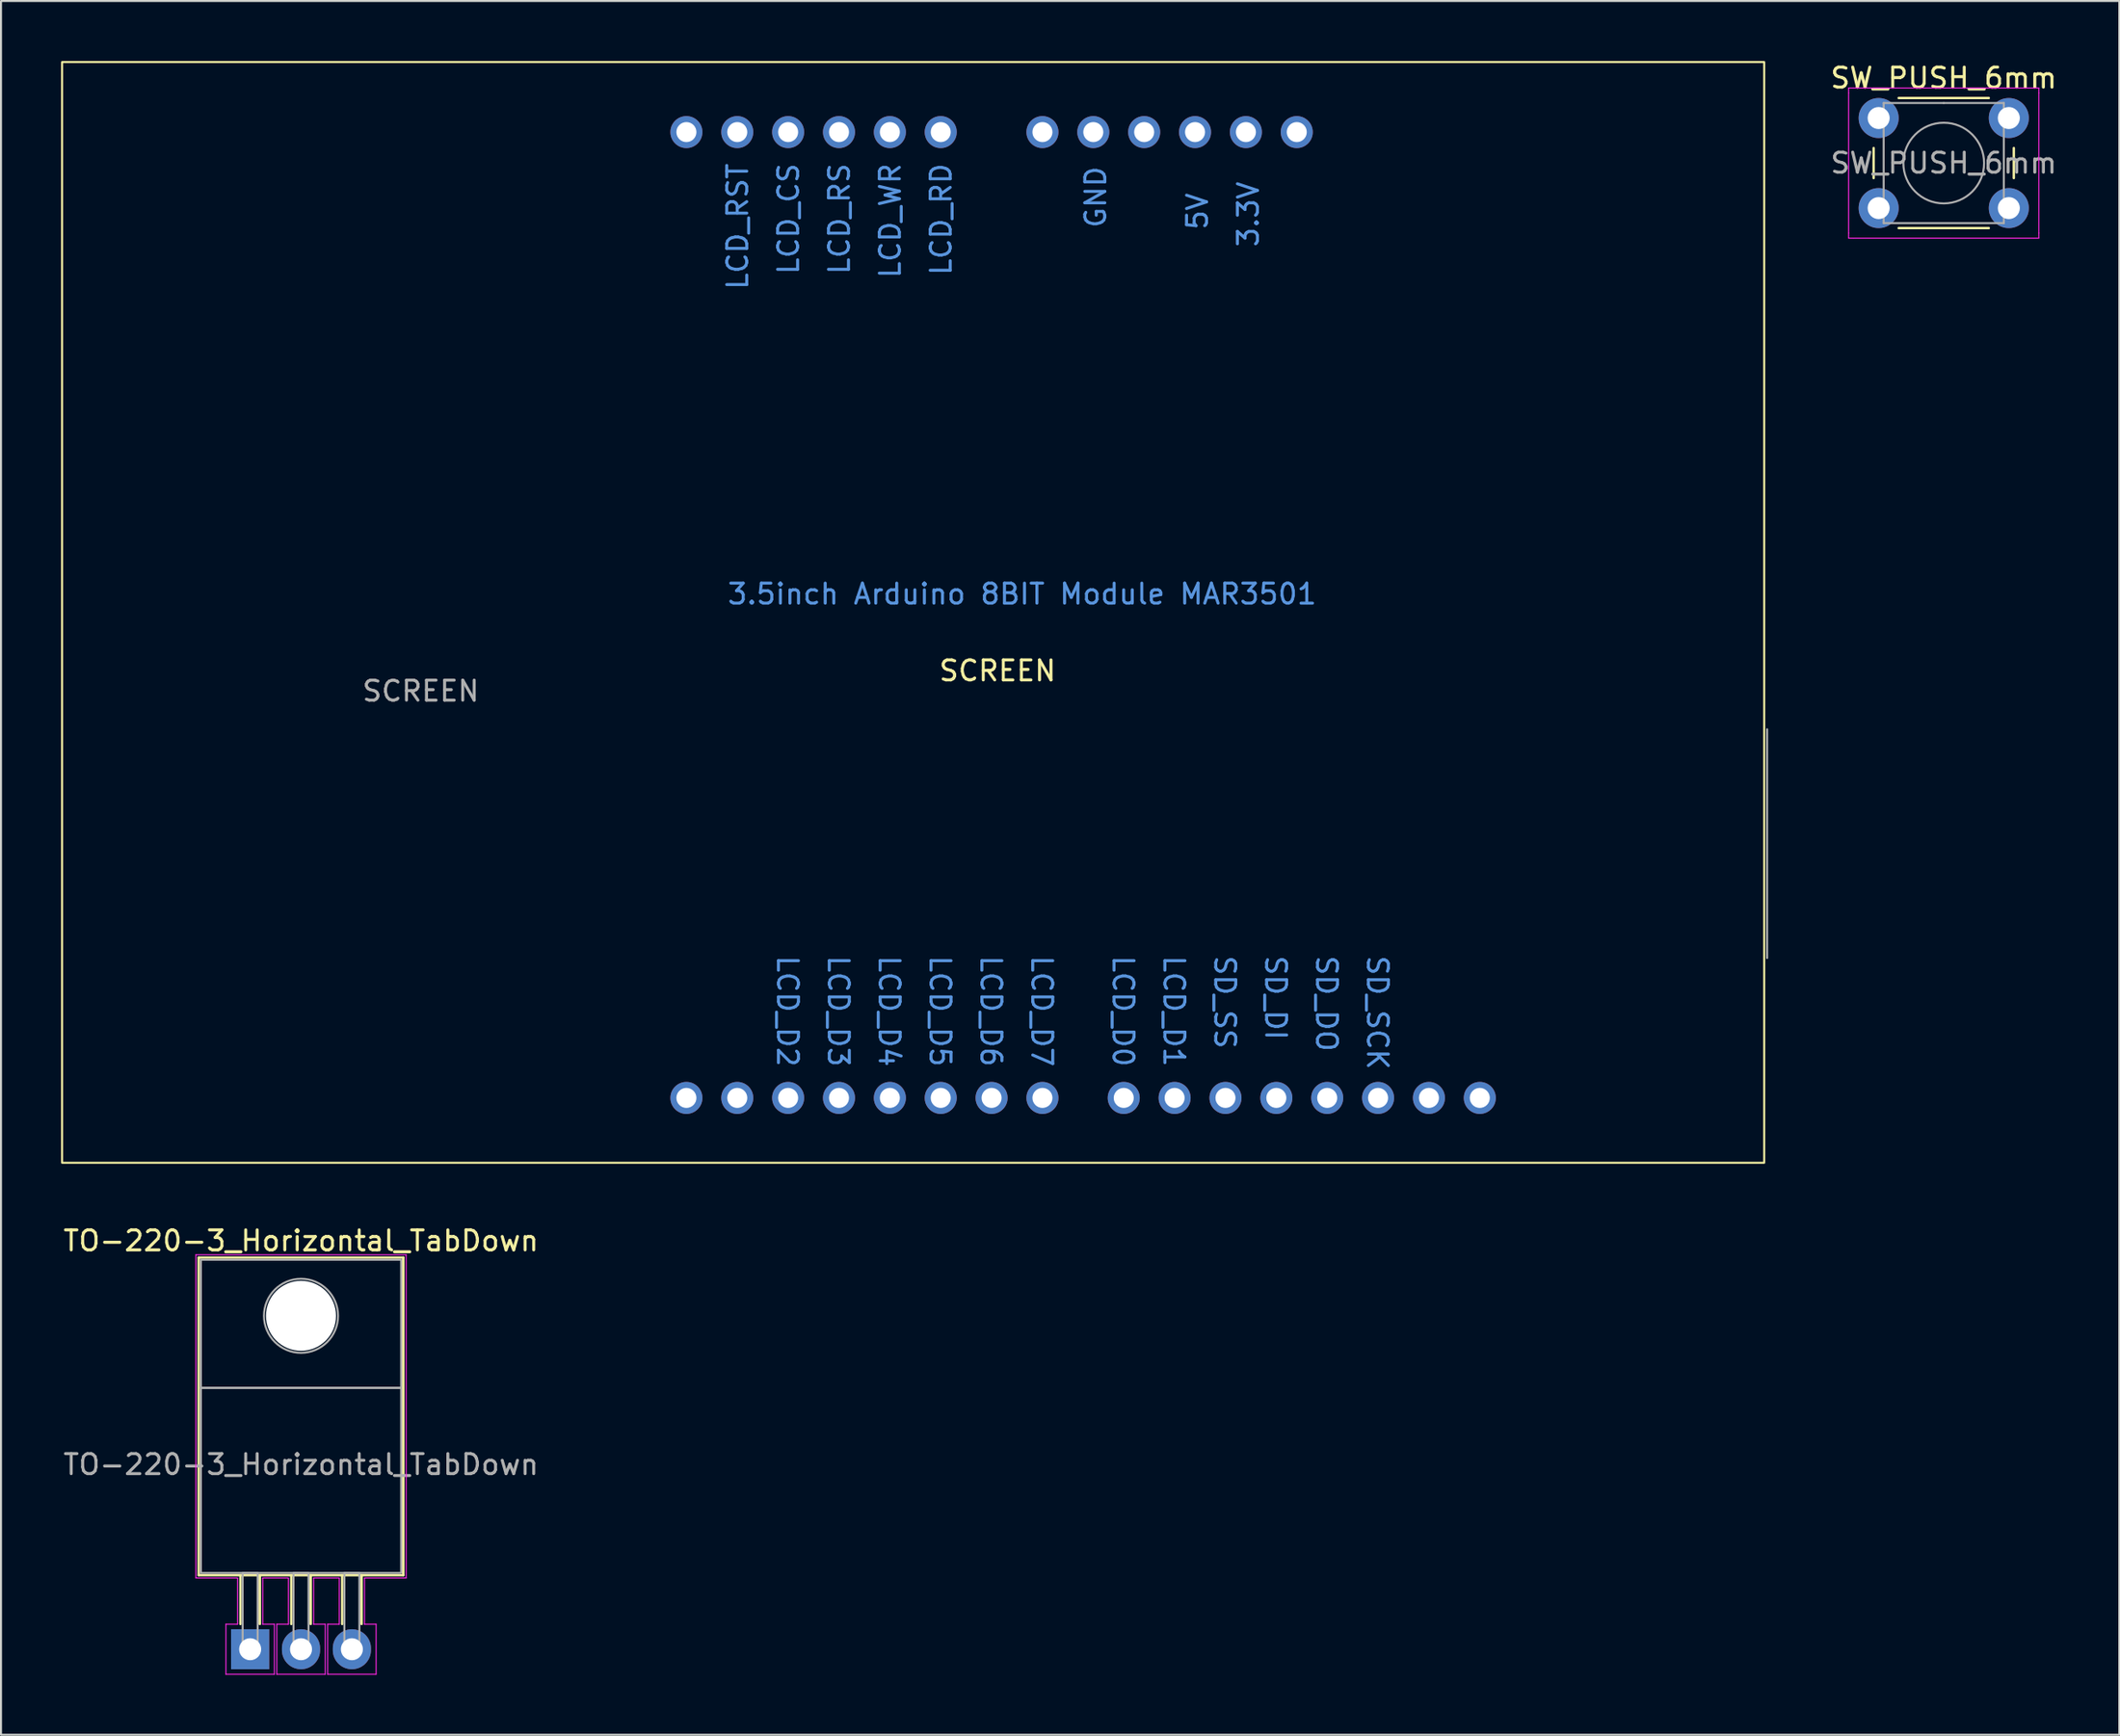
<source format=kicad_pcb>
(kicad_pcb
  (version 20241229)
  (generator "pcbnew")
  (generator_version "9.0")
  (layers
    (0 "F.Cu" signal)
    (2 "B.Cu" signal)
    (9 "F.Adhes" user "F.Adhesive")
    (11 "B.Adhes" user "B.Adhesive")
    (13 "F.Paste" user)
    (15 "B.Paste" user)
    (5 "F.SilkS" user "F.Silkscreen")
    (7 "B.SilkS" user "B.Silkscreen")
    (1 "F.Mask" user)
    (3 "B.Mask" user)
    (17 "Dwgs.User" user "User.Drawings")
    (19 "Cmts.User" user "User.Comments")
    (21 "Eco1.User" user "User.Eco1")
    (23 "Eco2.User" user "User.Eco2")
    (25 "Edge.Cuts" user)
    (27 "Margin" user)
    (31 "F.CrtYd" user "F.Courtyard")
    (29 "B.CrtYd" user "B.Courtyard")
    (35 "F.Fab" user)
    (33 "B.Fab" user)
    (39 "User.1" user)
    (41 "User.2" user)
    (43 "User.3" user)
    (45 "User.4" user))
  (footprint "TO-220-3_Horizontal_TabDown"
    (layer "F.Cu")
    (at 9.442 79.358)
    (property "Reference" "TO-220-3_Horizontal_TabDown" (at 2.54 -20.41 0) (layer "F.SilkS") (effects (font (size 1 1) (thickness 0.15))))
    (attr through_hole)
    (fp_line (start -2.57 -19.57) (end 7.65 -19.57) (stroke (width 0.12) (type solid)) (layer "F.SilkS"))
    (fp_line (start -2.57 -3.7) (end -2.57 -19.57) (stroke (width 0.12) (type solid)) (layer "F.SilkS"))
    (fp_line (start -2.57 -3.7) (end 7.65 -3.7) (stroke (width 0.12) (type solid)) (layer "F.SilkS"))
    (fp_line (start -0.485 -3.7) (end -0.485 -1.26) (stroke (width 0.12) (type solid)) (layer "F.SilkS"))
    (fp_line (start 0.485 -3.7) (end 0.485 -1.26) (stroke (width 0.12) (type solid)) (layer "F.SilkS"))
    (fp_line (start 2.055 -3.7) (end 2.055 -1.26) (stroke (width 0.12) (type solid)) (layer "F.SilkS"))
    (fp_line (start 3.025 -3.7) (end 3.025 -1.26) (stroke (width 0.12) (type solid)) (layer "F.SilkS"))
    (fp_line (start 4.595 -3.7) (end 4.595 -1.26) (stroke (width 0.12) (type solid)) (layer "F.SilkS"))
    (fp_line (start 5.565 -3.7) (end 5.565 -1.26) (stroke (width 0.12) (type solid)) (layer "F.SilkS"))
    (fp_line (start 7.65 -3.7) (end 7.65 -19.57) (stroke (width 0.12) (type solid)) (layer "F.SilkS"))
    (fp_line (start -2.71 -19.71) (end 7.79 -19.71) (stroke (width 0.05) (type solid)) (layer "F.CrtYd"))
    (fp_line (start -2.71 -3.56) (end -2.71 -19.71) (stroke (width 0.05) (type solid)) (layer "F.CrtYd"))
    (fp_line (start -1.21 -1.25) (end -0.63 -1.25) (stroke (width 0.05) (type solid)) (layer "F.CrtYd"))
    (fp_line (start -1.21 1.25) (end -1.21 -1.25) (stroke (width 0.05) (type solid)) (layer "F.CrtYd"))
    (fp_line (start -0.63 -3.56) (end -2.71 -3.56) (stroke (width 0.05) (type solid)) (layer "F.CrtYd"))
    (fp_line (start -0.63 -1.25) (end -0.63 -3.56) (stroke (width 0.05) (type solid)) (layer "F.CrtYd"))
    (fp_line (start 0.63 -3.56) (end 0.63 -1.25) (stroke (width 0.05) (type solid)) (layer "F.CrtYd"))
    (fp_line (start 0.63 -1.25) (end 1.21 -1.25) (stroke (width 0.05) (type solid)) (layer "F.CrtYd"))
    (fp_line (start 1.21 -1.25) (end 1.21 1.25) (stroke (width 0.05) (type solid)) (layer "F.CrtYd"))
    (fp_line (start 1.21 1.25) (end -1.21 1.25) (stroke (width 0.05) (type solid)) (layer "F.CrtYd"))
    (fp_line (start 1.33 -1.25) (end 1.91 -1.25) (stroke (width 0.05) (type solid)) (layer "F.CrtYd"))
    (fp_line (start 1.33 1.25) (end 1.33 -1.25) (stroke (width 0.05) (type solid)) (layer "F.CrtYd"))
    (fp_line (start 1.91 -3.56) (end 0.63 -3.56) (stroke (width 0.05) (type solid)) (layer "F.CrtYd"))
    (fp_line (start 1.91 -1.25) (end 1.91 -3.56) (stroke (width 0.05) (type solid)) (layer "F.CrtYd"))
    (fp_line (start 3.17 -3.56) (end 3.17 -1.25) (stroke (width 0.05) (type solid)) (layer "F.CrtYd"))
    (fp_line (start 3.17 -1.25) (end 3.75 -1.25) (stroke (width 0.05) (type solid)) (layer "F.CrtYd"))
    (fp_line (start 3.75 -1.25) (end 3.75 1.25) (stroke (width 0.05) (type solid)) (layer "F.CrtYd"))
    (fp_line (start 3.75 1.25) (end 1.33 1.25) (stroke (width 0.05) (type solid)) (layer "F.CrtYd"))
    (fp_line (start 3.87 -1.25) (end 4.45 -1.25) (stroke (width 0.05) (type solid)) (layer "F.CrtYd"))
    (fp_line (start 3.87 1.25) (end 3.87 -1.25) (stroke (width 0.05) (type solid)) (layer "F.CrtYd"))
    (fp_line (start 4.45 -3.56) (end 3.17 -3.56) (stroke (width 0.05) (type solid)) (layer "F.CrtYd"))
    (fp_line (start 4.45 -1.25) (end 4.45 -3.56) (stroke (width 0.05) (type solid)) (layer "F.CrtYd"))
    (fp_line (start 5.71 -3.56) (end 5.71 -1.25) (stroke (width 0.05) (type solid)) (layer "F.CrtYd"))
    (fp_line (start 5.71 -1.25) (end 6.29 -1.25) (stroke (width 0.05) (type solid)) (layer "F.CrtYd"))
    (fp_line (start 6.29 -1.25) (end 6.29 1.25) (stroke (width 0.05) (type solid)) (layer "F.CrtYd"))
    (fp_line (start 6.29 1.25) (end 3.87 1.25) (stroke (width 0.05) (type solid)) (layer "F.CrtYd"))
    (fp_line (start 7.79 -19.71) (end 7.79 -3.56) (stroke (width 0.05) (type solid)) (layer "F.CrtYd"))
    (fp_line (start 7.79 -3.56) (end 5.71 -3.56) (stroke (width 0.05) (type solid)) (layer "F.CrtYd"))
    (fp_rect (start -2.46 -19.46) (end 7.54 -13.06) (stroke (width 0.1) (type solid)) (fill no) (layer "F.Fab"))
    (fp_rect (start -2.46 -13.06) (end 7.54 -3.81) (stroke (width 0.1) (type solid)) (fill no) (layer "F.Fab"))
    (fp_rect (start -0.375 -3.81) (end 0.375 0) (stroke (width 0.1) (type solid)) (fill no) (layer "F.Fab"))
    (fp_rect (start 2.165 -3.81) (end 2.915 0) (stroke (width 0.1) (type solid)) (fill no) (layer "F.Fab"))
    (fp_rect (start 4.705 -3.81) (end 5.455 0) (stroke (width 0.1) (type solid)) (fill no) (layer "F.Fab"))
    (fp_circle (center 2.54 -16.66) (end 4.39 -16.66) (stroke (width 0.1) (type solid)) (fill no) (layer "F.Fab"))
    (fp_text user "${REFERENCE}" (at 2.54 -9.23 0) (layer "F.Fab") (effects (font (size 1 1) (thickness 0.15))))
    (pad "" np_thru_hole circle (at 2.54 -16.66) (size 3.5 3.5) (drill 3.5) (layers "*.Cu" "*.Mask"))
    (pad "1" thru_hole rect (at 0 0) (size 1.905 2) (drill 1.1) (layers "*.Cu" "*.Mask"))
    (pad "2" thru_hole oval (at 2.54 0) (size 1.905 2) (drill 1.1) (layers "*.Cu" "*.Mask"))
    (pad "3" thru_hole oval (at 5.08 0) (size 1.905 2) (drill 1.1) (layers "*.Cu" "*.Mask")))
  (footprint "SCREEN"
    (layer "F.Cu")
    (at 60.787 51.55)
    (property "Reference" "SCREEN" (at -14.021 -21.082 0) (layer "F.SilkS") (effects (font (size 1 1) (thickness 0.15))))
    (attr through_hole)
    (fp_rect (start -60.737 -51.5) (end 24.263 3.5) (stroke (width 0.1) (type solid)) (fill no) (layer "F.SilkS"))
    (fp_line (start 24.41 -18.16) (end 24.41 -6.73) (stroke (width 0.1) (type solid)) (layer "F.Fab"))
    (fp_text user "LCD_D4" (at -20.015 -1.213 270) (unlocked yes) (layer "Cmts.User") (effects (font (size 1 1) (thickness 0.15)) (justify right bottom)))
    (fp_text user "5V" (at -3.454 -45.041 90) (unlocked yes) (layer "Cmts.User") (effects (font (size 1 1) (thickness 0.15)) (justify right bottom)))
    (fp_text user "SD_SCK" (at 4.365 -1.07 270) (unlocked yes) (layer "Cmts.User") (effects (font (size 1 1) (thickness 0.15)) (justify right bottom)))
    (fp_text user "LCD_D6" (at -14.935 -1.213 270) (unlocked yes) (layer "Cmts.User") (effects (font (size 1 1) (thickness 0.15)) (justify right bottom)))
    (fp_text user "LCD_RD" (at -16.256 -46.527 90) (unlocked yes) (layer "Cmts.User") (effects (font (size 1 1) (thickness 0.15)) (justify right bottom)))
    (fp_text user "LCD_D3" (at -22.555 -1.213 270) (unlocked yes) (layer "Cmts.User") (effects (font (size 1 1) (thickness 0.15)) (justify right bottom)))
    (fp_text user "LCD_RST" (at -26.416 -46.527 90) (unlocked yes) (layer "Cmts.User") (effects (font (size 1 1) (thickness 0.15)) (justify right bottom)))
    (fp_text user "SD_DI" (at -0.715 -2.547 270) (unlocked yes) (layer "Cmts.User") (effects (font (size 1 1) (thickness 0.15)) (justify right bottom)))
    (fp_text user "GND" (at -8.534 -46.374 90) (unlocked yes) (layer "Cmts.User") (effects (font (size 1 1) (thickness 0.15)) (justify right bottom)))
    (fp_text user "LCD_RS" (at -21.336 -46.527 90) (unlocked yes) (layer "Cmts.User") (effects (font (size 1 1) (thickness 0.15)) (justify right bottom)))
    (fp_text user "LCD_D5" (at -17.475 -1.213 270) (unlocked yes) (layer "Cmts.User") (effects (font (size 1 1) (thickness 0.15)) (justify right bottom)))
    (fp_text user "SD_DO" (at 1.825 -1.975 270) (unlocked yes) (layer "Cmts.User") (effects (font (size 1 1) (thickness 0.15)) (justify right bottom)))
    (fp_text user "LCD_D2" (at -25.095 -1.213 270) (unlocked yes) (layer "Cmts.User") (effects (font (size 1 1) (thickness 0.15)) (justify right bottom)))
    (fp_text user "3.3V" (at -0.914 -45.612 90) (unlocked yes) (layer "Cmts.User") (effects (font (size 1 1) (thickness 0.15)) (justify right bottom)))
    (fp_text user "LCD_CS" (at -23.876 -46.527 90) (unlocked yes) (layer "Cmts.User") (effects (font (size 1 1) (thickness 0.15)) (justify right bottom)))
    (fp_text user "LCD_D7" (at -12.395 -1.213 270) (unlocked yes) (layer "Cmts.User") (effects (font (size 1 1) (thickness 0.15)) (justify right bottom)))
    (fp_text user "SD_SS" (at -3.255 -2.118 270) (unlocked yes) (layer "Cmts.User") (effects (font (size 1 1) (thickness 0.15)) (justify right bottom)))
    (fp_text user "LCD_D0" (at -8.335 -1.213 270) (unlocked yes) (layer "Cmts.User") (effects (font (size 1 1) (thickness 0.15)) (justify right bottom)))
    (fp_text user "3.5inch Arduino 8BIT Module MAR3501" (at -27.584 -24.333 0) (unlocked yes) (layer "Cmts.User") (effects (font (size 1 1) (thickness 0.15)) (justify left bottom)))
    (fp_text user "LCD_D1" (at -5.795 -1.213 270) (unlocked yes) (layer "Cmts.User") (effects (font (size 1 1) (thickness 0.15)) (justify right bottom)))
    (fp_text user "LCD_WR" (at -18.796 -46.527 90) (unlocked yes) (layer "Cmts.User") (effects (font (size 1 1) (thickness 0.15)) (justify right bottom)))
    (fp_text user "${REFERENCE}" (at -42.824 -20.07 0) (layer "F.Fab") (effects (font (size 1 1) (thickness 0.15))))
    (pad "" thru_hole oval (at -29.56 -48 90) (size 1.6 1.6) (drill 1) (layers "*.Cu" "*.Mask"))
    (pad "" thru_hole oval (at -29.56 0.26 90) (size 1.6 1.6) (drill 1) (layers "*.Cu" "*.Mask"))
    (pad "" thru_hole oval (at -27.02 0.26 90) (size 1.6 1.6) (drill 1) (layers "*.Cu" "*.Mask"))
    (pad "" thru_hole oval (at -11.78 -48 90) (size 1.6 1.6) (drill 1) (layers "*.Cu" "*.Mask"))
    (pad "" thru_hole oval (at -6.7 -48 90) (size 1.6 1.6) (drill 1) (layers "*.Cu" "*.Mask"))
    (pad "" thru_hole oval (at 0.92 -48 90) (size 1.6 1.6) (drill 1) (layers "*.Cu" "*.Mask"))
    (pad "" thru_hole oval (at 7.52 0.26 90) (size 1.6 1.6) (drill 1) (layers "*.Cu" "*.Mask"))
    (pad "" thru_hole oval (at 10.06 0.26 90) (size 1.6 1.6) (drill 1) (layers "*.Cu" "*.Mask"))
    (pad "1" thru_hole oval (at -4.16 -48 90) (size 1.6 1.6) (drill 1) (layers "*.Cu" "*.Mask"))
    (pad "2" thru_hole oval (at -1.62 -48 90) (size 1.6 1.6) (drill 1) (layers "*.Cu" "*.Mask"))
    (pad "3" thru_hole oval (at -9.24 -48 90) (size 1.6 1.6) (drill 1) (layers "*.Cu" "*.Mask"))
    (pad "4" thru_hole oval (at -7.72 0.26 90) (size 1.6 1.6) (drill 1) (layers "*.Cu" "*.Mask"))
    (pad "5" thru_hole oval (at -5.18 0.26 90) (size 1.6 1.6) (drill 1) (layers "*.Cu" "*.Mask"))
    (pad "6" thru_hole oval (at -24.48 0.26 90) (size 1.6 1.6) (drill 1) (layers "*.Cu" "*.Mask"))
    (pad "7" thru_hole oval (at -21.94 0.26 90) (size 1.6 1.6) (drill 1) (layers "*.Cu" "*.Mask"))
    (pad "8" thru_hole oval (at -19.4 0.26 90) (size 1.6 1.6) (drill 1) (layers "*.Cu" "*.Mask"))
    (pad "9" thru_hole oval (at -16.86 0.26 90) (size 1.6 1.6) (drill 1) (layers "*.Cu" "*.Mask"))
    (pad "10" thru_hole oval (at -14.32 0.26 90) (size 1.6 1.6) (drill 1) (layers "*.Cu" "*.Mask"))
    (pad "11" thru_hole oval (at -11.78 0.26 90) (size 1.6 1.6) (drill 1) (layers "*.Cu" "*.Mask"))
    (pad "12" thru_hole oval (at -27.02 -48 90) (size 1.6 1.6) (drill 1) (layers "*.Cu" "*.Mask"))
    (pad "13" thru_hole oval (at -24.48 -48 90) (size 1.6 1.6) (drill 1) (layers "*.Cu" "*.Mask"))
    (pad "14" thru_hole oval (at -21.94 -48 90) (size 1.6 1.6) (drill 1) (layers "*.Cu" "*.Mask"))
    (pad "15" thru_hole oval (at -19.4 -48 90) (size 1.6 1.6) (drill 1) (layers "*.Cu" "*.Mask"))
    (pad "16" thru_hole oval (at -16.86 -48 90) (size 1.6 1.6) (drill 1) (layers "*.Cu" "*.Mask"))
    (pad "17" thru_hole oval (at -2.64 0.26 90) (size 1.6 1.6) (drill 1) (layers "*.Cu" "*.Mask"))
    (pad "18" thru_hole oval (at -0.1 0.26 90) (size 1.6 1.6) (drill 1) (layers "*.Cu" "*.Mask"))
    (pad "19" thru_hole oval (at 2.44 0.26 90) (size 1.6 1.6) (drill 1) (layers "*.Cu" "*.Mask"))
    (pad "20" thru_hole oval (at 4.98 0.26 90) (size 1.6 1.6) (drill 1) (layers "*.Cu" "*.Mask")))
  (footprint "SW_PUSH_6mm"
    (layer "F.Cu")
    (at 90.765 2.848)
    (property "Reference" "SW_PUSH_6mm" (at 3.25 -2 0) (layer "F.SilkS") (effects (font (size 1 1) (thickness 0.15))))
    (attr through_hole)
    (fp_line (start -0.25 1.5) (end -0.25 3) (stroke (width 0.12) (type solid)) (layer "F.SilkS"))
    (fp_line (start 1 5.5) (end 5.5 5.5) (stroke (width 0.12) (type solid)) (layer "F.SilkS"))
    (fp_line (start 5.5 -1) (end 1 -1) (stroke (width 0.12) (type solid)) (layer "F.SilkS"))
    (fp_line (start 6.75 3) (end 6.75 1.5) (stroke (width 0.12) (type solid)) (layer "F.SilkS"))
    (fp_line (start -1.5 -1.5) (end -1.25 -1.5) (stroke (width 0.05) (type solid)) (layer "F.CrtYd"))
    (fp_line (start -1.5 -1.25) (end -1.5 -1.5) (stroke (width 0.05) (type solid)) (layer "F.CrtYd"))
    (fp_line (start -1.5 5.75) (end -1.5 -1.25) (stroke (width 0.05) (type solid)) (layer "F.CrtYd"))
    (fp_line (start -1.5 5.75) (end -1.5 6) (stroke (width 0.05) (type solid)) (layer "F.CrtYd"))
    (fp_line (start -1.5 6) (end -1.25 6) (stroke (width 0.05) (type solid)) (layer "F.CrtYd"))
    (fp_line (start -1.25 -1.5) (end 7.75 -1.5) (stroke (width 0.05) (type solid)) (layer "F.CrtYd"))
    (fp_line (start 7.75 -1.5) (end 8 -1.5) (stroke (width 0.05) (type solid)) (layer "F.CrtYd"))
    (fp_line (start 7.75 6) (end -1.25 6) (stroke (width 0.05) (type solid)) (layer "F.CrtYd"))
    (fp_line (start 7.75 6) (end 8 6) (stroke (width 0.05) (type solid)) (layer "F.CrtYd"))
    (fp_line (start 8 -1.5) (end 8 -1.25) (stroke (width 0.05) (type solid)) (layer "F.CrtYd"))
    (fp_line (start 8 -1.25) (end 8 5.75) (stroke (width 0.05) (type solid)) (layer "F.CrtYd"))
    (fp_line (start 8 6) (end 8 5.75) (stroke (width 0.05) (type solid)) (layer "F.CrtYd"))
    (fp_line (start 0.25 -0.75) (end 3.25 -0.75) (stroke (width 0.1) (type solid)) (layer "F.Fab"))
    (fp_line (start 0.25 5.25) (end 0.25 -0.75) (stroke (width 0.1) (type solid)) (layer "F.Fab"))
    (fp_line (start 3.25 -0.75) (end 6.25 -0.75) (stroke (width 0.1) (type solid)) (layer "F.Fab"))
    (fp_line (start 6.25 -0.75) (end 6.25 5.25) (stroke (width 0.1) (type solid)) (layer "F.Fab"))
    (fp_line (start 6.25 5.25) (end 0.25 5.25) (stroke (width 0.1) (type solid)) (layer "F.Fab"))
    (fp_circle (center 3.25 2.25) (end 1.25 2.5) (stroke (width 0.1) (type solid)) (fill no) (layer "F.Fab"))
    (fp_text user "${REFERENCE}" (at 3.25 2.25 0) (layer "F.Fab") (effects (font (size 1 1) (thickness 0.15))))
    (pad "1" thru_hole circle (at 0 0 90) (size 2 2) (drill 1.1) (layers "*.Cu" "*.Mask"))
    (pad "2" thru_hole circle (at 0 4.5 90) (size 2 2) (drill 1.1) (layers "*.Cu" "*.Mask"))
    (pad "3" thru_hole circle (at 6.5 0 90) (size 2 2) (drill 1.1) (layers "*.Cu" "*.Mask"))
    (pad "4" thru_hole circle (at 6.5 4.5 90) (size 2 2) (drill 1.1) (layers "*.Cu" "*.Mask")))
  (gr_rect
    (start -3 -3)
    (end 102.783 83.633)
    (stroke (width 0.1) (type default))
    (fill no)
    (layer "Edge.Cuts")))
</source>
